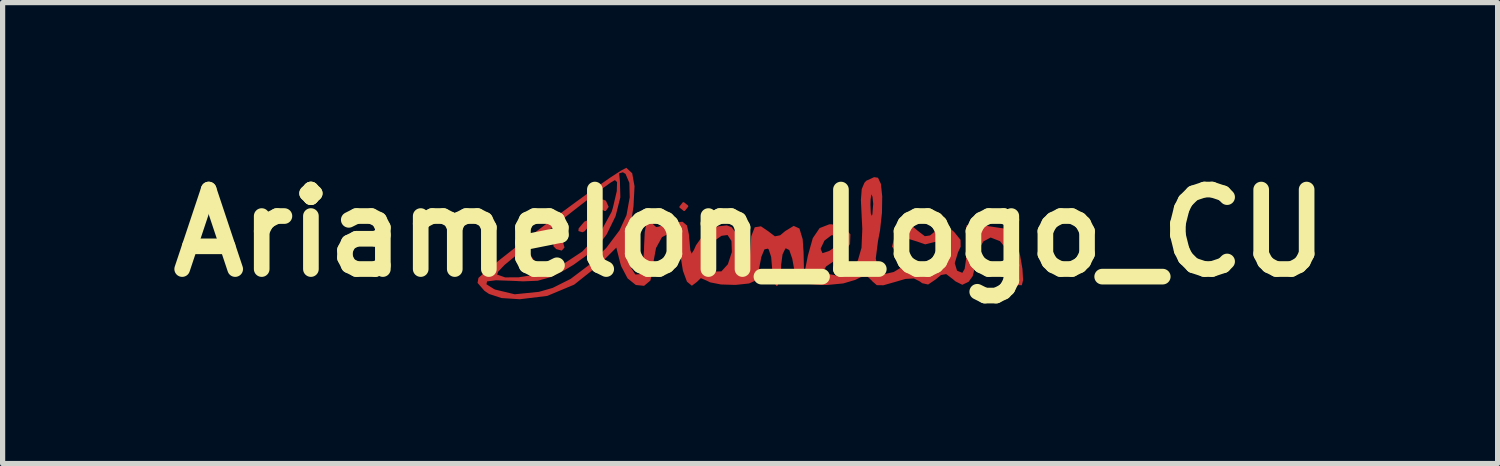
<source format=kicad_pcb>
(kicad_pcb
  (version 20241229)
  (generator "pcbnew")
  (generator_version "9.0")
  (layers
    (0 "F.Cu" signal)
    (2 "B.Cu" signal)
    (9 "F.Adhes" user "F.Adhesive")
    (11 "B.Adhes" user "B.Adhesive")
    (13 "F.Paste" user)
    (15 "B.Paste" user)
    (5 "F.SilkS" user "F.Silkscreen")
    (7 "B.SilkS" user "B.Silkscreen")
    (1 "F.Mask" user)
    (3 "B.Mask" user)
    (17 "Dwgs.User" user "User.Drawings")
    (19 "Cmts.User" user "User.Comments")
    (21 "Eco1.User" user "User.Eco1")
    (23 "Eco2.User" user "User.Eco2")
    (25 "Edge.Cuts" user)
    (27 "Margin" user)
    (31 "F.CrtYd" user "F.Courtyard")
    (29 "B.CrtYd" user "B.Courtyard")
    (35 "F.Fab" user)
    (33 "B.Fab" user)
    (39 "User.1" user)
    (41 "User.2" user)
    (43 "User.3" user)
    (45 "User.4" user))
  (footprint "Ariamelon_Logo_CU"
    (layer "F.Cu")
    (at 11.328 1.418)
    (property "Reference" "Ariamelon_Logo_CU" (at 0 0 0) (layer "F.SilkS") (effects (font (size 1.524 1.524) (thickness 0.3))))
    (attr board_only exclude_from_pos_files exclude_from_bom)
    (fp_poly (pts (xy -4.155 0.504) (xy -4.149 0.555) (xy -4.196 0.665) (xy -4.233 0.677) (xy -4.301 0.606) (xy -4.318 0.503) (xy -4.285 0.386) (xy -4.233 0.381)) (stroke (width 0) (type solid)) (fill yes) (layer "F.Cu"))
    (fp_poly (pts (xy -3.598 0.138) (xy -3.557 0.275) (xy -3.61 0.336) (xy -3.716 0.307) (xy -3.768 0.254) (xy -3.779 0.113) (xy -3.762 0.076) (xy -3.684 0.053)) (stroke (width 0) (type solid)) (fill yes) (layer "F.Cu"))
    (fp_poly (pts (xy -3.059 -0.215) (xy -3.064 -0.164) (xy -3.171 -0.036) (xy -3.212 -0.016) (xy -3.291 -0.039) (xy -3.286 -0.09) (xy -3.179 -0.218) (xy -3.138 -0.238)) (stroke (width 0) (type solid)) (fill yes) (layer "F.Cu"))
    (fp_poly (pts (xy -2.763 -0.619) (xy -2.711 -0.502) (xy -2.765 -0.426) (xy -2.789 -0.423) (xy -2.904 -0.485) (xy -2.917 -0.502) (xy -2.913 -0.603) (xy -2.824 -0.646)) (stroke (width 0) (type solid)) (fill yes) (layer "F.Cu"))
    (fp_poly (pts (xy -1.188 -0.528) (xy -1.185 -0.508) (xy -1.25 -0.426) (xy -1.27 -0.423) (xy -1.352 -0.488) (xy -1.355 -0.508) (xy -1.29 -0.59) (xy -1.27 -0.593)) (stroke (width 0) (type solid)) (fill yes) (layer "F.Cu"))
    (fp_poly (pts (xy -2.371 -1.25) (xy -2.26 -1.147) (xy -2.215 -0.897) (xy -2.235 -0.51) (xy -2.291 -0.148) (xy -2.346 0.206) (xy -2.35 0.448) (xy -2.305 0.626) (xy -2.299 0.64) (xy -2.199 0.794) (xy -2.116 0.788) (xy -2.059 0.632) (xy -2.033 0.334) (xy -2.032 0.249) (xy -2.019 -0.02) (xy -1.985 -0.201) (xy -1.947 -0.254) (xy -1.865 -0.192) (xy -1.863 -0.172) (xy -1.801 -0.116) (xy -1.757 -0.123) (xy -1.464 -0.205) (xy -1.293 -0.217) (xy -1.209 -0.145) (xy -1.173 0.026) (xy -1.166 0.105) (xy -1.146 0.326) (xy -1.122 0.394) (xy -1.078 0.326) (xy -1.036 0.232) (xy -0.88 0.012) (xy -0.665 -0.123) (xy -0.446 -0.148) (xy -0.353 -0.112) (xy -0.254 0.023) (xy -0.214 0.283) (xy -0.212 0.384) (xy -0.19 0.658) (xy -0.131 0.809) (xy -0.106 0.826) (xy -0.041 0.793) (xy -0.007 0.626) (xy 0 0.393) (xy 0.022 0.062) (xy 0.089 -0.111) (xy 0.208 -0.13) (xy 0.344 -0.038) (xy 0.476 0.062) (xy 0.577 0.042) (xy 0.672 -0.038) (xy 0.836 -0.138) (xy 0.946 -0.088) (xy 1.008 0.117) (xy 1.025 0.365) (xy 1.035 0.804) (xy 1.107 0.435) (xy 1.142 0.31) (xy 1.355 0.31) (xy 1.388 0.385) (xy 1.513 0.344) (xy 1.519 0.341) (xy 1.674 0.236) (xy 1.732 0.175) (xy 1.721 0.067) (xy 1.691 0.041) (xy 1.559 0.042) (xy 1.425 0.144) (xy 1.355 0.293) (xy 1.355 0.31) (xy 1.142 0.31) (xy 1.202 0.097) (xy 1.333 -0.096) (xy 1.518 -0.168) (xy 1.56 -0.169) (xy 1.803 -0.115) (xy 1.923 0.024) (xy 1.916 0.211) (xy 1.777 0.411) (xy 1.642 0.514) (xy 1.459 0.638) (xy 1.409 0.716) (xy 1.472 0.778) (xy 1.474 0.78) (xy 1.699 0.82) (xy 1.917 0.714) (xy 2.066 0.523) (xy 2.136 0.281) (xy 2.151 -0.082) (xy 2.14 -0.299) (xy 2.128 -0.55) (xy 2.307 -0.55) (xy 2.314 -0.376) (xy 2.333 -0.331) (xy 2.344 -0.359) (xy 2.36 -0.562) (xy 2.346 -0.698) (xy 2.324 -0.744) (xy 2.31 -0.643) (xy 2.307 -0.55) (xy 2.128 -0.55) (xy 2.124 -0.634) (xy 2.14 -0.843) (xy 2.192 -0.966) (xy 2.23 -1.005) (xy 2.377 -1.072) (xy 2.452 -1.061) (xy 2.508 -0.941) (xy 2.533 -0.702) (xy 2.528 -0.39) (xy 2.491 -0.053) (xy 2.452 0.152) (xy 2.409 0.486) (xy 2.456 0.7) (xy 2.588 0.783) (xy 2.753 0.746) (xy 2.927 0.641) (xy 2.942 0.537) (xy 2.836 0.423) (xy 2.72 0.258) (xy 2.743 0.17) (xy 2.956 0.17) (xy 2.993 0.324) (xy 3.1 0.488) (xy 3.25 0.66) (xy 3.365 0.755) (xy 3.387 0.762) (xy 3.48 0.701) (xy 3.624 0.549) (xy 3.674 0.488) (xy 3.8 0.279) (xy 3.809 0.145) (xy 3.708 0.111) (xy 3.565 0.164) (xy 3.357 0.216) (xy 3.208 0.164) (xy 3.03 0.109) (xy 2.956 0.17) (xy 2.743 0.17) (xy 2.767 0.081) (xy 2.879 -0.042) (xy 3.012 -0.145) (xy 3.112 -0.13) (xy 3.217 -0.042) (xy 3.35 0.06) (xy 3.45 0.045) (xy 3.559 -0.045) (xy 3.688 -0.146) (xy 3.784 -0.136) (xy 3.914 -0.019) (xy 4.034 0.13) (xy 4.036 0.262) (xy 3.985 0.37) (xy 3.923 0.576) (xy 3.967 0.721) (xy 4.069 0.762) (xy 4.113 0.686) (xy 4.142 0.489) (xy 4.149 0.306) (xy 4.149 -0.15) (xy 4.538 -0.137) (xy 4.859 -0.089) (xy 5.037 0.027) (xy 5.112 0.191) (xy 5.177 0.432) (xy 5.221 0.689) (xy 5.233 0.9) (xy 5.209 1) (xy 5.13 0.996) (xy 5.054 0.873) (xy 5.004 0.679) (xy 4.997 0.578) (xy 4.937 0.338) (xy 4.791 0.155) (xy 4.611 0.085) (xy 4.472 0.16) (xy 4.364 0.351) (xy 4.318 0.604) (xy 4.318 0.619) (xy 4.268 0.824) (xy 4.189 0.933) (xy 4.068 0.991) (xy 3.936 0.925) (xy 3.893 0.888) (xy 3.76 0.786) (xy 3.66 0.803) (xy 3.558 0.888) (xy 3.413 0.986) (xy 3.297 0.96) (xy 3.259 0.93) (xy 3.14 0.869) (xy 2.975 0.879) (xy 2.781 0.936) (xy 2.556 1) (xy 2.429 0.998) (xy 2.345 0.926) (xy 2.337 0.915) (xy 2.245 0.829) (xy 2.123 0.845) (xy 2.016 0.897) (xy 1.786 0.965) (xy 1.472 0.995) (xy 1.342 0.993) (xy 1.072 0.971) (xy 0.93 0.924) (xy 0.872 0.836) (xy 0.866 0.804) (xy 0.808 0.489) (xy 0.751 0.325) (xy 0.686 0.292) (xy 0.675 0.298) (xy 0.622 0.408) (xy 0.594 0.618) (xy 0.593 0.682) (xy 0.574 0.893) (xy 0.526 1.008) (xy 0.508 1.016) (xy 0.455 0.941) (xy 0.425 0.754) (xy 0.423 0.682) (xy 0.404 0.457) (xy 0.357 0.314) (xy 0.341 0.298) (xy 0.275 0.312) (xy 0.216 0.455) (xy 0.159 0.747) (xy 0.15 0.804) (xy 0.105 0.91) (xy -0.02 0.966) (xy -0.267 0.992) (xy -0.291 0.993) (xy -0.559 0.985) (xy -0.767 0.944) (xy -0.826 0.914) (xy -0.944 0.863) (xy -1.019 0.936) (xy -1.116 1.009) (xy -1.21 0.931) (xy -1.287 0.723) (xy -1.326 0.483) (xy -0.893 0.483) (xy -0.852 0.582) (xy -0.708 0.737) (xy -0.55 0.734) (xy -0.426 0.598) (xy -0.349 0.363) (xy -0.357 0.151) (xy -0.432 0.037) (xy -0.548 0.052) (xy -0.71 0.165) (xy -0.737 0.191) (xy -0.874 0.354) (xy -0.893 0.483) (xy -1.326 0.483) (xy -1.335 0.428) (xy -1.372 0.168) (xy -1.429 0.038) (xy -1.525 0.000249) (xy -1.537 0) (xy -1.689 0.078) (xy -1.803 0.286) (xy -1.859 0.587) (xy -1.863 0.686) (xy -1.911 0.91) (xy -2.032 1.011) (xy -2.19 0.995) (xy -2.348 0.868) (xy -2.47 0.637) (xy -2.489 0.575) (xy -2.564 0.278) (xy -2.898 0.612) (xy -3.372 0.988) (xy -3.888 1.204) (xy -4.414 1.268) (xy -4.766 1.245) (xy -5.005 1.166) (xy -5.092 1.107) (xy -5.201 0.981) (xy -5.054 0.981) (xy -4.911 1.071) (xy -4.889 1.082) (xy -4.512 1.173) (xy -4.047 1.126) (xy -3.785 1.051) (xy -3.44 0.878) (xy -3.082 0.608) (xy -2.756 0.284) (xy -2.502 -0.054) (xy -2.369 -0.343) (xy -2.307 -0.686) (xy -2.314 -0.962) (xy -2.387 -1.134) (xy -2.438 -1.166) (xy -2.51 -1.145) (xy -2.495 -0.994) (xy -2.495 -0.993) (xy -2.487 -0.686) (xy -2.578 -0.326) (xy -2.748 0.023) (xy -2.876 0.196) (xy -3.095 0.399) (xy -3.386 0.609) (xy -3.558 0.712) (xy -3.834 0.848) (xy -4.07 0.913) (xy -4.349 0.925) (xy -4.537 0.916) (xy -4.871 0.904) (xy -5.042 0.926) (xy -5.054 0.981) (xy -5.201 0.981) (xy -5.224 0.955) (xy -5.207 0.859) (xy -5.135 0.795) (xy -4.849 0.795) (xy -4.696 0.849) (xy -4.439 0.848) (xy -4.129 0.8) (xy -3.82 0.712) (xy -3.651 0.64) (xy -3.216 0.353) (xy -2.872 -0.01) (xy -2.654 -0.408) (xy -2.63 -0.485) (xy -2.555 -0.805) (xy -2.55 -0.978) (xy -2.591 -1.016) (xy -2.674 -0.967) (xy -2.86 -0.833) (xy -3.12 -0.636) (xy -3.374 -0.439) (xy -3.723 -0.164) (xy -4.071 0.108) (xy -4.368 0.337) (xy -4.503 0.442) (xy -4.706 0.61) (xy -4.83 0.74) (xy -4.849 0.795) (xy -5.135 0.795) (xy -5.042 0.712) (xy -4.785 0.501) (xy -4.46 0.246) (xy -4.092 -0.036) (xy -3.706 -0.326) (xy -3.327 -0.605) (xy -2.98 -0.856) (xy -2.688 -1.059) (xy -2.478 -1.196) (xy -2.374 -1.25)) (stroke (width 0) (type solid)) (fill yes) (layer "F.Cu"))
    (fp_poly (pts (xy -4.155 0.504) (xy -4.149 0.555) (xy -4.196 0.665) (xy -4.233 0.677) (xy -4.301 0.606) (xy -4.318 0.503) (xy -4.285 0.386) (xy -4.233 0.381)) (stroke (width 0) (type solid)) (fill yes) (layer "F.Mask"))
    (fp_poly (pts (xy -3.598 0.138) (xy -3.557 0.275) (xy -3.61 0.336) (xy -3.716 0.307) (xy -3.768 0.254) (xy -3.779 0.113) (xy -3.762 0.076) (xy -3.684 0.053)) (stroke (width 0) (type solid)) (fill yes) (layer "F.Mask"))
    (fp_poly (pts (xy -3.059 -0.215) (xy -3.064 -0.164) (xy -3.171 -0.036) (xy -3.212 -0.016) (xy -3.291 -0.039) (xy -3.286 -0.09) (xy -3.179 -0.218) (xy -3.138 -0.238)) (stroke (width 0) (type solid)) (fill yes) (layer "F.Mask"))
    (fp_poly (pts (xy -2.763 -0.619) (xy -2.711 -0.502) (xy -2.765 -0.426) (xy -2.789 -0.423) (xy -2.904 -0.485) (xy -2.917 -0.502) (xy -2.913 -0.603) (xy -2.824 -0.646)) (stroke (width 0) (type solid)) (fill yes) (layer "F.Mask"))
    (fp_poly (pts (xy -1.188 -0.528) (xy -1.185 -0.508) (xy -1.25 -0.426) (xy -1.27 -0.423) (xy -1.352 -0.488) (xy -1.355 -0.508) (xy -1.29 -0.59) (xy -1.27 -0.593)) (stroke (width 0) (type solid)) (fill yes) (layer "F.Mask"))
    (fp_poly (pts (xy -2.371 -1.25) (xy -2.26 -1.147) (xy -2.215 -0.897) (xy -2.235 -0.51) (xy -2.291 -0.148) (xy -2.346 0.206) (xy -2.35 0.448) (xy -2.305 0.626) (xy -2.299 0.64) (xy -2.199 0.794) (xy -2.116 0.788) (xy -2.059 0.632) (xy -2.033 0.334) (xy -2.032 0.249) (xy -2.019 -0.02) (xy -1.985 -0.201) (xy -1.947 -0.254) (xy -1.865 -0.192) (xy -1.863 -0.172) (xy -1.801 -0.116) (xy -1.757 -0.123) (xy -1.464 -0.205) (xy -1.293 -0.217) (xy -1.209 -0.145) (xy -1.173 0.026) (xy -1.166 0.105) (xy -1.146 0.326) (xy -1.122 0.394) (xy -1.078 0.326) (xy -1.036 0.232) (xy -0.88 0.012) (xy -0.665 -0.123) (xy -0.446 -0.148) (xy -0.353 -0.112) (xy -0.254 0.023) (xy -0.214 0.283) (xy -0.212 0.384) (xy -0.19 0.658) (xy -0.131 0.809) (xy -0.106 0.826) (xy -0.041 0.793) (xy -0.007 0.626) (xy 0 0.393) (xy 0.022 0.062) (xy 0.089 -0.111) (xy 0.208 -0.13) (xy 0.344 -0.038) (xy 0.476 0.062) (xy 0.577 0.042) (xy 0.672 -0.038) (xy 0.836 -0.138) (xy 0.946 -0.088) (xy 1.008 0.117) (xy 1.025 0.365) (xy 1.035 0.804) (xy 1.107 0.435) (xy 1.142 0.31) (xy 1.355 0.31) (xy 1.388 0.385) (xy 1.513 0.344) (xy 1.519 0.341) (xy 1.674 0.236) (xy 1.732 0.175) (xy 1.721 0.067) (xy 1.691 0.041) (xy 1.559 0.042) (xy 1.425 0.144) (xy 1.355 0.293) (xy 1.355 0.31) (xy 1.142 0.31) (xy 1.202 0.097) (xy 1.333 -0.096) (xy 1.518 -0.168) (xy 1.56 -0.169) (xy 1.803 -0.115) (xy 1.923 0.024) (xy 1.916 0.211) (xy 1.777 0.411) (xy 1.642 0.514) (xy 1.459 0.638) (xy 1.409 0.716) (xy 1.472 0.778) (xy 1.474 0.78) (xy 1.699 0.82) (xy 1.917 0.714) (xy 2.066 0.523) (xy 2.136 0.281) (xy 2.151 -0.082) (xy 2.14 -0.299) (xy 2.128 -0.55) (xy 2.307 -0.55) (xy 2.314 -0.376) (xy 2.333 -0.331) (xy 2.344 -0.359) (xy 2.36 -0.562) (xy 2.346 -0.698) (xy 2.324 -0.744) (xy 2.31 -0.643) (xy 2.307 -0.55) (xy 2.128 -0.55) (xy 2.124 -0.634) (xy 2.14 -0.843) (xy 2.192 -0.966) (xy 2.23 -1.005) (xy 2.377 -1.072) (xy 2.452 -1.061) (xy 2.508 -0.941) (xy 2.533 -0.702) (xy 2.528 -0.39) (xy 2.491 -0.053) (xy 2.452 0.152) (xy 2.409 0.486) (xy 2.456 0.7) (xy 2.588 0.783) (xy 2.753 0.746) (xy 2.927 0.641) (xy 2.942 0.537) (xy 2.836 0.423) (xy 2.72 0.258) (xy 2.743 0.17) (xy 2.956 0.17) (xy 2.993 0.324) (xy 3.1 0.488) (xy 3.25 0.66) (xy 3.365 0.755) (xy 3.387 0.762) (xy 3.48 0.701) (xy 3.624 0.549) (xy 3.674 0.488) (xy 3.8 0.279) (xy 3.809 0.145) (xy 3.708 0.111) (xy 3.565 0.164) (xy 3.357 0.216) (xy 3.208 0.164) (xy 3.03 0.109) (xy 2.956 0.17) (xy 2.743 0.17) (xy 2.767 0.081) (xy 2.879 -0.042) (xy 3.012 -0.145) (xy 3.112 -0.13) (xy 3.217 -0.042) (xy 3.35 0.06) (xy 3.45 0.045) (xy 3.559 -0.045) (xy 3.688 -0.146) (xy 3.784 -0.136) (xy 3.914 -0.019) (xy 4.034 0.13) (xy 4.036 0.262) (xy 3.985 0.37) (xy 3.923 0.576) (xy 3.967 0.721) (xy 4.069 0.762) (xy 4.113 0.686) (xy 4.142 0.489) (xy 4.149 0.306) (xy 4.149 -0.15) (xy 4.538 -0.137) (xy 4.859 -0.089) (xy 5.037 0.027) (xy 5.112 0.191) (xy 5.177 0.432) (xy 5.221 0.689) (xy 5.233 0.9) (xy 5.209 1) (xy 5.13 0.996) (xy 5.054 0.873) (xy 5.004 0.679) (xy 4.997 0.578) (xy 4.937 0.338) (xy 4.791 0.155) (xy 4.611 0.085) (xy 4.472 0.16) (xy 4.364 0.351) (xy 4.318 0.604) (xy 4.318 0.619) (xy 4.268 0.824) (xy 4.189 0.933) (xy 4.068 0.991) (xy 3.936 0.925) (xy 3.893 0.888) (xy 3.76 0.786) (xy 3.66 0.803) (xy 3.558 0.888) (xy 3.413 0.986) (xy 3.297 0.96) (xy 3.259 0.93) (xy 3.14 0.869) (xy 2.975 0.879) (xy 2.781 0.936) (xy 2.556 1) (xy 2.429 0.998) (xy 2.345 0.926) (xy 2.337 0.915) (xy 2.245 0.829) (xy 2.123 0.845) (xy 2.016 0.897) (xy 1.786 0.965) (xy 1.472 0.995) (xy 1.342 0.993) (xy 1.072 0.971) (xy 0.93 0.924) (xy 0.872 0.836) (xy 0.866 0.804) (xy 0.808 0.489) (xy 0.751 0.325) (xy 0.686 0.292) (xy 0.675 0.298) (xy 0.622 0.408) (xy 0.594 0.618) (xy 0.593 0.682) (xy 0.574 0.893) (xy 0.526 1.008) (xy 0.508 1.016) (xy 0.455 0.941) (xy 0.425 0.754) (xy 0.423 0.682) (xy 0.404 0.457) (xy 0.357 0.314) (xy 0.341 0.298) (xy 0.275 0.312) (xy 0.216 0.455) (xy 0.159 0.747) (xy 0.15 0.804) (xy 0.105 0.91) (xy -0.02 0.966) (xy -0.267 0.992) (xy -0.291 0.993) (xy -0.559 0.985) (xy -0.767 0.944) (xy -0.826 0.914) (xy -0.944 0.863) (xy -1.019 0.936) (xy -1.116 1.009) (xy -1.21 0.931) (xy -1.287 0.723) (xy -1.326 0.483) (xy -0.893 0.483) (xy -0.852 0.582) (xy -0.708 0.737) (xy -0.55 0.734) (xy -0.426 0.598) (xy -0.349 0.363) (xy -0.357 0.151) (xy -0.432 0.037) (xy -0.548 0.052) (xy -0.71 0.165) (xy -0.737 0.191) (xy -0.874 0.354) (xy -0.893 0.483) (xy -1.326 0.483) (xy -1.335 0.428) (xy -1.372 0.168) (xy -1.429 0.038) (xy -1.525 0.000249) (xy -1.537 0) (xy -1.689 0.078) (xy -1.803 0.286) (xy -1.859 0.587) (xy -1.863 0.686) (xy -1.911 0.91) (xy -2.032 1.011) (xy -2.19 0.995) (xy -2.348 0.868) (xy -2.47 0.637) (xy -2.489 0.575) (xy -2.564 0.278) (xy -2.898 0.612) (xy -3.372 0.988) (xy -3.888 1.204) (xy -4.414 1.268) (xy -4.766 1.245) (xy -5.005 1.166) (xy -5.092 1.107) (xy -5.201 0.981) (xy -5.054 0.981) (xy -4.911 1.071) (xy -4.889 1.082) (xy -4.512 1.173) (xy -4.047 1.126) (xy -3.785 1.051) (xy -3.44 0.878) (xy -3.082 0.608) (xy -2.756 0.284) (xy -2.502 -0.054) (xy -2.369 -0.343) (xy -2.307 -0.686) (xy -2.314 -0.962) (xy -2.387 -1.134) (xy -2.438 -1.166) (xy -2.51 -1.145) (xy -2.495 -0.994) (xy -2.495 -0.993) (xy -2.487 -0.686) (xy -2.578 -0.326) (xy -2.748 0.023) (xy -2.876 0.196) (xy -3.095 0.399) (xy -3.386 0.609) (xy -3.558 0.712) (xy -3.834 0.848) (xy -4.07 0.913) (xy -4.349 0.925) (xy -4.537 0.916) (xy -4.871 0.904) (xy -5.042 0.926) (xy -5.054 0.981) (xy -5.201 0.981) (xy -5.224 0.955) (xy -5.207 0.859) (xy -5.135 0.795) (xy -4.849 0.795) (xy -4.696 0.849) (xy -4.439 0.848) (xy -4.129 0.8) (xy -3.82 0.712) (xy -3.651 0.64) (xy -3.216 0.353) (xy -2.872 -0.01) (xy -2.654 -0.408) (xy -2.63 -0.485) (xy -2.555 -0.805) (xy -2.55 -0.978) (xy -2.591 -1.016) (xy -2.674 -0.967) (xy -2.86 -0.833) (xy -3.12 -0.636) (xy -3.374 -0.439) (xy -3.723 -0.164) (xy -4.071 0.108) (xy -4.368 0.337) (xy -4.503 0.442) (xy -4.706 0.61) (xy -4.83 0.74) (xy -4.849 0.795) (xy -5.135 0.795) (xy -5.042 0.712) (xy -4.785 0.501) (xy -4.46 0.246) (xy -4.092 -0.036) (xy -3.706 -0.326) (xy -3.327 -0.605) (xy -2.98 -0.856) (xy -2.688 -1.059) (xy -2.478 -1.196) (xy -2.374 -1.25)) (stroke (width 0) (type solid)) (fill yes) (layer "F.Mask")))
  (gr_rect
    (start -3 -3)
    (end 25.657 5.836)
    (stroke (width 0.1) (type default))
    (fill no)
    (layer "Edge.Cuts")))
</source>
